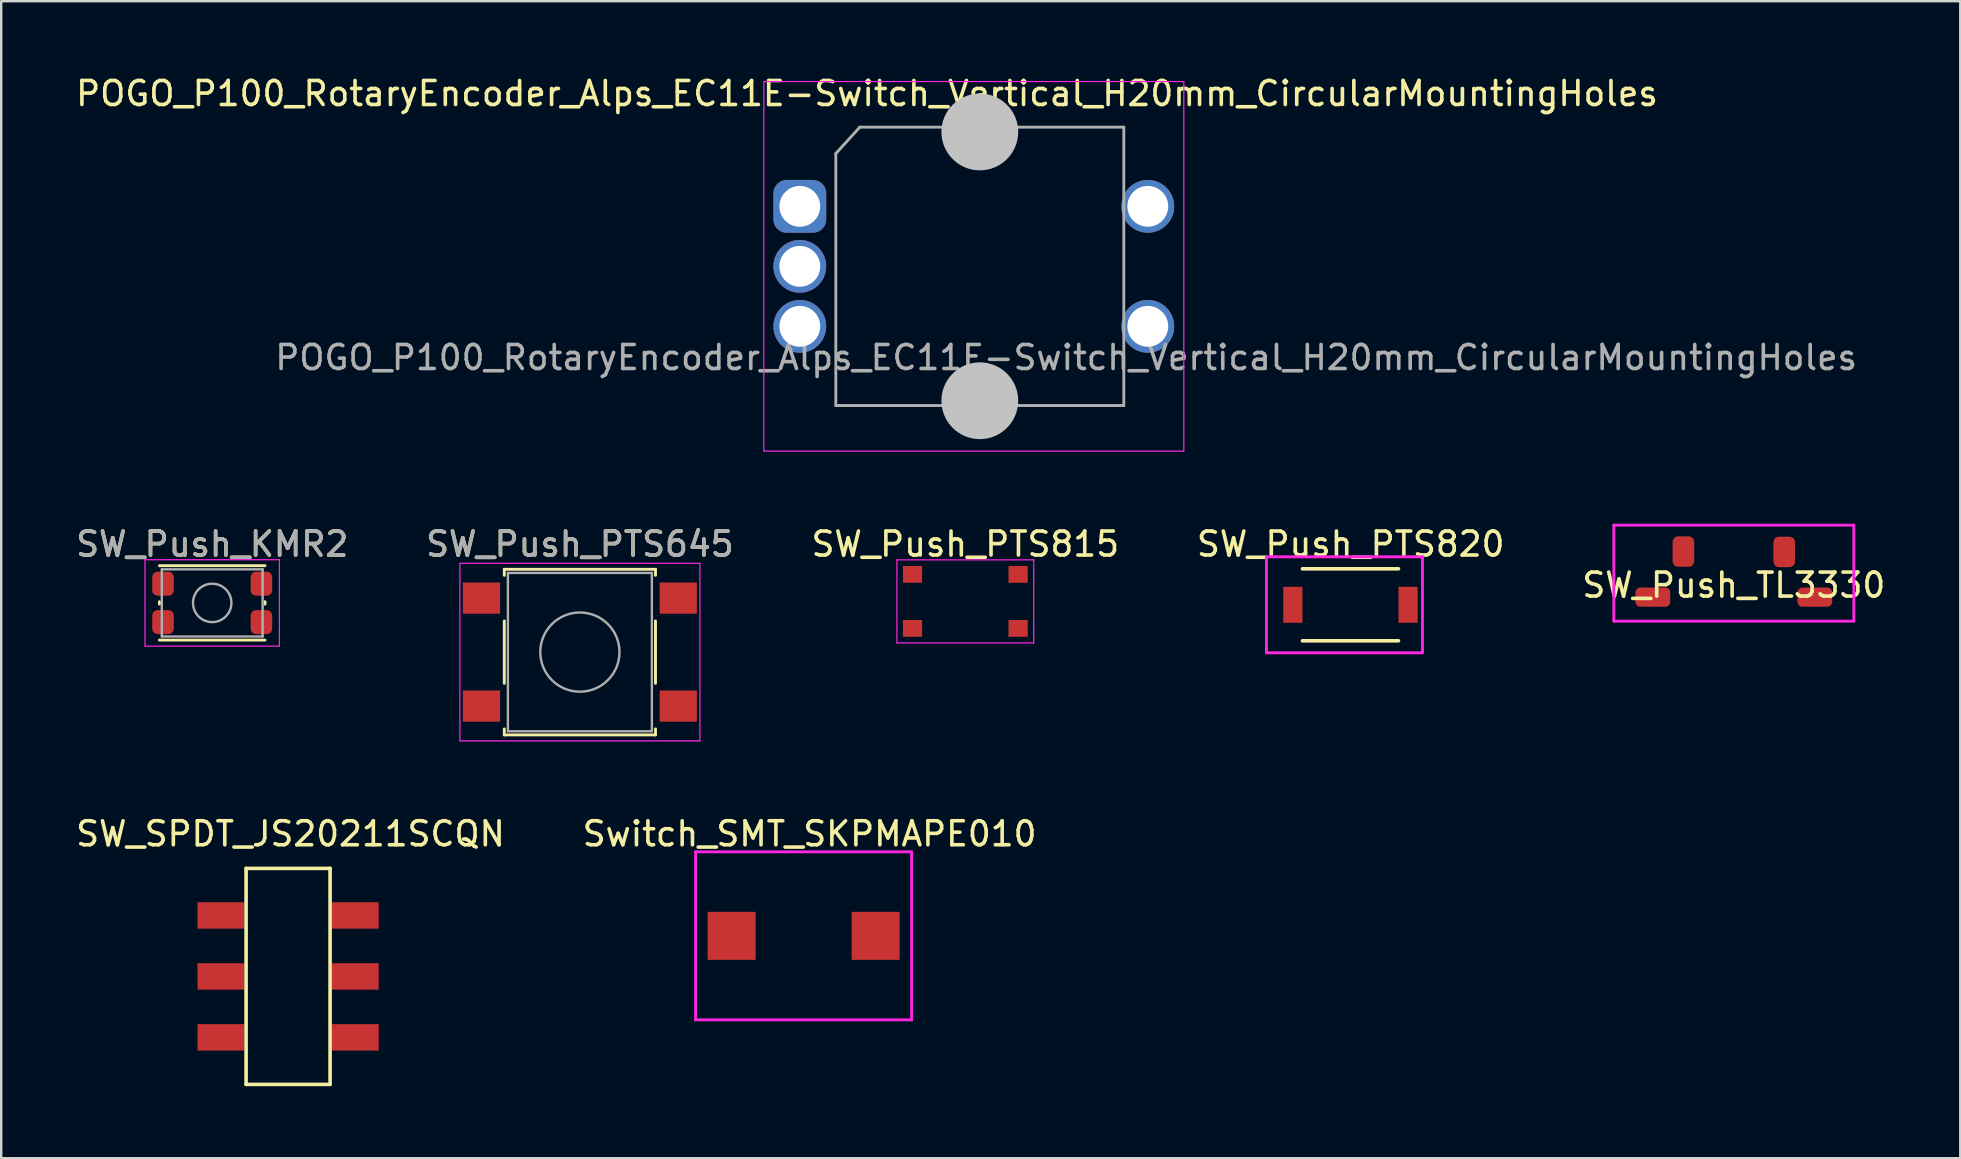
<source format=kicad_pcb>
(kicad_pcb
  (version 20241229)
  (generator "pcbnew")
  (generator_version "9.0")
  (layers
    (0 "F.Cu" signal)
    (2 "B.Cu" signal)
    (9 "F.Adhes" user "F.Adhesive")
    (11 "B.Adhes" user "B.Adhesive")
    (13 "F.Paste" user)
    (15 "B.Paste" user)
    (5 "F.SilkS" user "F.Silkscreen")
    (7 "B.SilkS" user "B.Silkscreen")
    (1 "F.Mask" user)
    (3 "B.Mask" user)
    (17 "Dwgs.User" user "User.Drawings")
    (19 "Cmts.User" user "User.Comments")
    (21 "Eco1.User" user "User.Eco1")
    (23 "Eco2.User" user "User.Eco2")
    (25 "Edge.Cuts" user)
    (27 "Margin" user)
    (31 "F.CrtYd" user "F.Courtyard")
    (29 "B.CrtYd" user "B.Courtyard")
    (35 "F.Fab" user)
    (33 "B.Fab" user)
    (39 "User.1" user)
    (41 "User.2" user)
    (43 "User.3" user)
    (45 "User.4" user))
  (footprint "SW_Push_KMR2"
    (layer "F.Cu")
    (at 5.792 22.072)
    (property "Reference" "SW_Push_KMR2" (at 0 -2.45 0) (layer "F.SilkS") (effects (font (size 1 1) (thickness 0.15))))
    (attr smd)
    (fp_line (start -2.2 0.05) (end -2.2 -0.05) (stroke (width 0.12) (type solid)) (layer "F.SilkS"))
    (fp_line (start -2.2 1.55) (end 2.2 1.55) (stroke (width 0.12) (type solid)) (layer "F.SilkS"))
    (fp_line (start 2.2 -1.55) (end -2.2 -1.55) (stroke (width 0.12) (type solid)) (layer "F.SilkS"))
    (fp_line (start 2.2 0.05) (end 2.2 -0.05) (stroke (width 0.12) (type solid)) (layer "F.SilkS"))
    (fp_line (start -2.8 -1.8) (end 2.8 -1.8) (stroke (width 0.05) (type solid)) (layer "F.CrtYd"))
    (fp_line (start -2.8 1.8) (end -2.8 -1.8) (stroke (width 0.05) (type solid)) (layer "F.CrtYd"))
    (fp_line (start 2.8 -1.8) (end 2.8 1.8) (stroke (width 0.05) (type solid)) (layer "F.CrtYd"))
    (fp_line (start 2.8 1.8) (end -2.8 1.8) (stroke (width 0.05) (type solid)) (layer "F.CrtYd"))
    (fp_line (start -2.1 -1.4) (end 2.1 -1.4) (stroke (width 0.1) (type solid)) (layer "F.Fab"))
    (fp_line (start -2.1 1.4) (end -2.1 -1.4) (stroke (width 0.1) (type solid)) (layer "F.Fab"))
    (fp_line (start 2.1 -1.4) (end 2.1 1.4) (stroke (width 0.1) (type solid)) (layer "F.Fab"))
    (fp_line (start 2.1 1.4) (end -2.1 1.4) (stroke (width 0.1) (type solid)) (layer "F.Fab"))
    (fp_circle (center 0 0) (end 0 0.8) (stroke (width 0.1) (type solid)) (fill no) (layer "F.Fab"))
    (fp_text user "${REFERENCE}" (at 0 -2.45 0) (layer "F.Fab") (effects (font (size 1 1) (thickness 0.15))))
    (pad "1" smd roundrect (at -2.05 -0.8) (size 0.9 1) (layers "F.Cu" "F.Mask" "F.Paste") (roundrect_rratio 0.25))
    (pad "1" smd roundrect (at 2.05 -0.8) (size 0.9 1) (layers "F.Cu" "F.Mask" "F.Paste") (roundrect_rratio 0.25))
    (pad "2" smd roundrect (at -2.05 0.8) (size 0.9 1) (layers "F.Cu" "F.Mask" "F.Paste") (roundrect_rratio 0.25))
    (pad "2" smd roundrect (at 2.05 0.8) (size 0.9 1) (layers "F.Cu" "F.Mask" "F.Paste") (roundrect_rratio 0.25)))
  (footprint "SW_SPDT_JS20211SCQN"
    (layer "F.Cu")
    (at 8.954 37.635)
    (property "Reference" "SW_SPDT_JS20211SCQN" (at 0.1 -5.94 180) (layer "F.SilkS") (effects (font (size 1 1) (thickness 0.15))))
    (attr through_hole)
    (fp_line (start -1.75 -4.5) (end -1.75 4.5) (stroke (width 0.15) (type solid)) (layer "F.SilkS"))
    (fp_line (start -1.75 4.5) (end 1.75 4.5) (stroke (width 0.15) (type solid)) (layer "F.SilkS"))
    (fp_line (start 1.75 -4.5) (end -1.75 -4.5) (stroke (width 0.15) (type solid)) (layer "F.SilkS"))
    (fp_line (start 1.75 4.5) (end 1.75 -4.5) (stroke (width 0.15) (type solid)) (layer "F.SilkS"))
    (pad "1" smd rect (at -2.8 -2.54) (size 1.95 1.1) (layers "F.Cu" "F.Mask" "F.Paste"))
    (pad "1" smd rect (at 2.8 -2.54) (size 1.95 1.1) (layers "F.Cu" "F.Mask" "F.Paste"))
    (pad "2" smd rect (at -2.8 0) (size 1.95 1.1) (layers "F.Cu" "F.Mask" "F.Paste"))
    (pad "2" smd rect (at 2.8 0) (size 1.95 1.1) (layers "F.Cu" "F.Mask" "F.Paste"))
    (pad "3" smd rect (at -2.8 2.54) (size 1.95 1.1) (layers "F.Cu" "F.Mask" "F.Paste"))
    (pad "3" smd rect (at 2.8 2.54) (size 1.95 1.1) (layers "F.Cu" "F.Mask" "F.Paste")))
  (footprint "SW_Push_PTS815"
    (layer "F.Cu")
    (at 37.173 22.009)
    (property "Reference" "SW_Push_PTS815" (at 0 -2.388 180) (layer "F.SilkS") (effects (font (size 1 1) (thickness 0.15))))
    (attr smd)
    (fp_line (start -2.85 -1.73) (end 2.85 -1.73) (stroke (width 0.05) (type solid)) (layer "F.CrtYd"))
    (fp_line (start -2.85 1.73) (end -2.85 -1.73) (stroke (width 0.05) (type solid)) (layer "F.CrtYd"))
    (fp_line (start 2.85 -1.73) (end 2.85 1.73) (stroke (width 0.05) (type solid)) (layer "F.CrtYd"))
    (fp_line (start 2.85 1.73) (end -2.85 1.73) (stroke (width 0.05) (type solid)) (layer "F.CrtYd"))
    (pad "1" smd rect (at -2.2 1.125) (size 0.8 0.7) (layers "F.Cu" "F.Mask" "F.Paste"))
    (pad "1" smd rect (at 2.2 1.125) (size 0.8 0.7) (layers "F.Cu" "F.Mask" "F.Paste"))
    (pad "2" smd rect (at -2.2 -1.125) (size 0.8 0.7) (layers "F.Cu" "F.Mask" "F.Paste"))
    (pad "2" smd rect (at 2.2 -1.125) (size 0.8 0.7) (layers "F.Cu" "F.Mask" "F.Paste")))
  (footprint "SW_Push_PTS820"
    (layer "F.Cu")
    (at 53.222 22.151)
    (property "Reference" "SW_Push_PTS820" (at 0.01 -2.53 0) (layer "F.SilkS") (effects (font (size 1 1) (thickness 0.15))))
    (attr through_hole)
    (fp_line (start -2 1.5) (end 2 1.5) (stroke (width 0.15) (type solid)) (layer "F.SilkS"))
    (fp_line (start 2 -1.5) (end -2 -1.5) (stroke (width 0.15) (type solid)) (layer "F.SilkS"))
    (fp_line (start -3.5 -2) (end 3 -2) (stroke (width 0.12) (type solid)) (layer "F.CrtYd"))
    (fp_line (start -3.5 2) (end -3.5 -2) (stroke (width 0.12) (type solid)) (layer "F.CrtYd"))
    (fp_line (start 3 -2) (end 3 2) (stroke (width 0.12) (type solid)) (layer "F.CrtYd"))
    (fp_line (start 3 2) (end -3.5 2) (stroke (width 0.12) (type solid)) (layer "F.CrtYd"))
    (pad "1" smd rect (at -2.4 0) (size 0.8 1.5) (layers "F.Cu" "F.Mask" "F.Paste"))
    (pad "2" smd rect (at 2.4 0) (size 0.8 1.5) (layers "F.Cu" "F.Mask" "F.Paste")))
  (footprint "SW_Push_PTS645"
    (layer "F.Cu")
    (at 21.113 24.122)
    (property "Reference" "SW_Push_PTS645" (at 0 -4.5 0) (layer "F.SilkS") (effects (font (size 1 1) (thickness 0.15))))
    (attr smd)
    (fp_line (start -3.15 -3.45) (end 3.15 -3.45) (stroke (width 0.12) (type solid)) (layer "F.SilkS"))
    (fp_line (start -3.15 -3.2) (end -3.15 -3.45) (stroke (width 0.12) (type solid)) (layer "F.SilkS"))
    (fp_line (start -3.15 1.3) (end -3.15 -1.3) (stroke (width 0.12) (type solid)) (layer "F.SilkS"))
    (fp_line (start -3.15 3.45) (end -3.15 3.2) (stroke (width 0.12) (type solid)) (layer "F.SilkS"))
    (fp_line (start 3.15 -3.45) (end 3.15 -3.2) (stroke (width 0.12) (type solid)) (layer "F.SilkS"))
    (fp_line (start 3.15 -1.3) (end 3.15 1.3) (stroke (width 0.12) (type solid)) (layer "F.SilkS"))
    (fp_line (start 3.15 3.2) (end 3.15 3.45) (stroke (width 0.12) (type solid)) (layer "F.SilkS"))
    (fp_line (start 3.15 3.45) (end -3.15 3.45) (stroke (width 0.12) (type solid)) (layer "F.SilkS"))
    (fp_line (start -5 -3.7) (end -5 3.7) (stroke (width 0.05) (type solid)) (layer "F.CrtYd"))
    (fp_line (start -5 3.7) (end 5 3.7) (stroke (width 0.05) (type solid)) (layer "F.CrtYd"))
    (fp_line (start 5 -3.7) (end -5 -3.7) (stroke (width 0.05) (type solid)) (layer "F.CrtYd"))
    (fp_line (start 5 3.7) (end 5 -3.7) (stroke (width 0.05) (type solid)) (layer "F.CrtYd"))
    (fp_line (start -3 -3.3) (end 3 -3.3) (stroke (width 0.1) (type solid)) (layer "F.Fab"))
    (fp_line (start -3 3.3) (end -3 -3.3) (stroke (width 0.1) (type solid)) (layer "F.Fab"))
    (fp_line (start 3 -3.3) (end 3 3.3) (stroke (width 0.1) (type solid)) (layer "F.Fab"))
    (fp_line (start 3 3.3) (end -3 3.3) (stroke (width 0.1) (type solid)) (layer "F.Fab"))
    (fp_circle (center 0 0) (end 1.65 0) (stroke (width 0.1) (type solid)) (fill no) (layer "F.Fab"))
    (fp_text user "${REFERENCE}" (at 0 -4.5 0) (layer "F.Fab") (effects (font (size 1 1) (thickness 0.15))))
    (pad "1" smd rect (at -4.1 -2.25) (size 1.55 1.3) (layers "F.Cu" "F.Mask" "F.Paste"))
    (pad "1" smd rect (at 4.1 -2.25) (size 1.55 1.3) (layers "F.Cu" "F.Mask" "F.Paste"))
    (pad "2" smd rect (at -4.1 2.25) (size 1.55 1.3) (layers "F.Cu" "F.Mask" "F.Paste"))
    (pad "2" smd rect (at 4.1 2.25) (size 1.55 1.3) (layers "F.Cu" "F.Mask" "F.Paste")))
  (footprint "POGO_P100_RotaryEncoder_Alps_EC11E-Switch_Vertical_H20mm_CircularMountingHoles"
    (layer "F.Cu")
    (at 30.277 5.548)
    (property "Reference" "POGO_P100_RotaryEncoder_Alps_EC11E-Switch_Vertical_H20mm_CircularMountingHoles" (at 2.8 -4.7 0) (layer "F.SilkS") (effects (font (size 1 1) (thickness 0.15))))
    (attr through_hole)
    (fp_line (start -1.5 -5.2) (end -1.5 10.2) (stroke (width 0.05) (type solid)) (layer "F.CrtYd"))
    (fp_line (start -1.5 -5.2) (end 16 -5.2) (stroke (width 0.05) (type solid)) (layer "F.CrtYd"))
    (fp_line (start 16 10.2) (end -1.5 10.2) (stroke (width 0.05) (type solid)) (layer "F.CrtYd"))
    (fp_line (start 16 10.2) (end 16 -5.2) (stroke (width 0.05) (type solid)) (layer "F.CrtYd"))
    (fp_line (start 1.5 -2.2) (end 2.5 -3.3) (stroke (width 0.12) (type solid)) (layer "F.Fab"))
    (fp_line (start 1.5 8.3) (end 1.5 -2.2) (stroke (width 0.12) (type solid)) (layer "F.Fab"))
    (fp_line (start 2.5 -3.3) (end 13.5 -3.3) (stroke (width 0.12) (type solid)) (layer "F.Fab"))
    (fp_line (start 13.5 -3.3) (end 13.5 8.3) (stroke (width 0.12) (type solid)) (layer "F.Fab"))
    (fp_line (start 13.5 8.3) (end 1.5 8.3) (stroke (width 0.12) (type solid)) (layer "F.Fab"))
    (fp_text user "${REFERENCE}" (at 11.1 6.3 0) (layer "F.Fab") (effects (font (size 1 1) (thickness 0.15))))
    (pad "" smd circle (at 7.5 -3.1) (size 3.2 3.2) (layers "Dwgs.User"))
    (pad "" smd circle (at 7.5 8.1) (size 3.2 3.2) (layers "Dwgs.User"))
    (pad "A" thru_hole roundrect (at 0 0) (size 2.2 2.2) (drill 1.7) (layers "*.Cu" "*.Mask") (roundrect_rratio 0.25))
    (pad "B" thru_hole circle (at 0 5) (size 2.2 2.2) (drill 1.7) (layers "*.Cu" "*.Mask"))
    (pad "C" thru_hole circle (at 0 2.5) (size 2.2 2.2) (drill 1.7) (layers "*.Cu" "*.Mask"))
    (pad "S1" thru_hole circle (at 14.5 5) (size 2.2 2.2) (drill 1.7) (layers "*.Cu" "*.Mask"))
    (pad "S2" thru_hole circle (at 14.5 0) (size 2.2 2.2) (drill 1.7) (layers "*.Cu" "*.Mask")))
  (footprint "SW_Push_TL3330"
    (layer "F.Cu")
    (at 69.196 20.833)
    (property "Reference" "SW_Push_TL3330" (at 0 0.5 0) (layer "F.SilkS") (effects (font (size 1 1) (thickness 0.15))))
    (attr through_hole)
    (fp_line (start -5 -2) (end -5 2) (stroke (width 0.12) (type solid)) (layer "F.CrtYd"))
    (fp_line (start -5 2) (end 5 2) (stroke (width 0.12) (type solid)) (layer "F.CrtYd"))
    (fp_line (start 5 -2) (end -5 -2) (stroke (width 0.12) (type solid)) (layer "F.CrtYd"))
    (fp_line (start 5 2) (end 5 -2) (stroke (width 0.12) (type solid)) (layer "F.CrtYd"))
    (pad "1" smd roundrect (at 2.1 -0.885) (size 0.9 1.27) (layers "F.Cu" "F.Mask" "F.Paste") (roundrect_rratio 0.25))
    (pad "1" smd roundrect (at 3.375 1) (size 1.45 0.8) (layers "F.Cu" "F.Mask" "F.Paste") (roundrect_rratio 0.25))
    (pad "2" smd roundrect (at -3.375 1) (size 1.45 0.8) (layers "F.Cu" "F.Mask" "F.Paste") (roundrect_rratio 0.25))
    (pad "2" smd roundrect (at -2.1 -0.9) (size 0.9 1.27) (layers "F.Cu" "F.Mask" "F.Paste") (roundrect_rratio 0.25)))
  (footprint "Switch_SMT_SKPMAPE010"
    (layer "F.Cu")
    (at 27.435 35.945)
    (property "Reference" "Switch_SMT_SKPMAPE010" (at 3.25 -4.25 0) (layer "F.SilkS") (effects (font (size 1 1) (thickness 0.15))))
    (attr through_hole)
    (fp_line (start -1.5 -3.5) (end 7.5 -3.5) (stroke (width 0.12) (type solid)) (layer "F.CrtYd"))
    (fp_line (start -1.5 0) (end -1.5 -3.5) (stroke (width 0.12) (type solid)) (layer "F.CrtYd"))
    (fp_line (start -1.5 3.5) (end -1.5 0) (stroke (width 0.12) (type solid)) (layer "F.CrtYd"))
    (fp_line (start 7.5 -3.5) (end 7.5 3.5) (stroke (width 0.12) (type solid)) (layer "F.CrtYd"))
    (fp_line (start 7.5 3.5) (end -1.5 3.5) (stroke (width 0.12) (type solid)) (layer "F.CrtYd"))
    (pad "1" smd rect (at 0 0) (size 2 2) (layers "F.Cu" "F.Mask" "F.Paste"))
    (pad "2" smd rect (at 6 0) (size 2 2) (layers "F.Cu" "F.Mask" "F.Paste")))
  (gr_rect
    (start -3 -3)
    (end 78.631 45.21)
    (stroke (width 0.1) (type default))
    (fill no)
    (layer "Edge.Cuts")))
</source>
